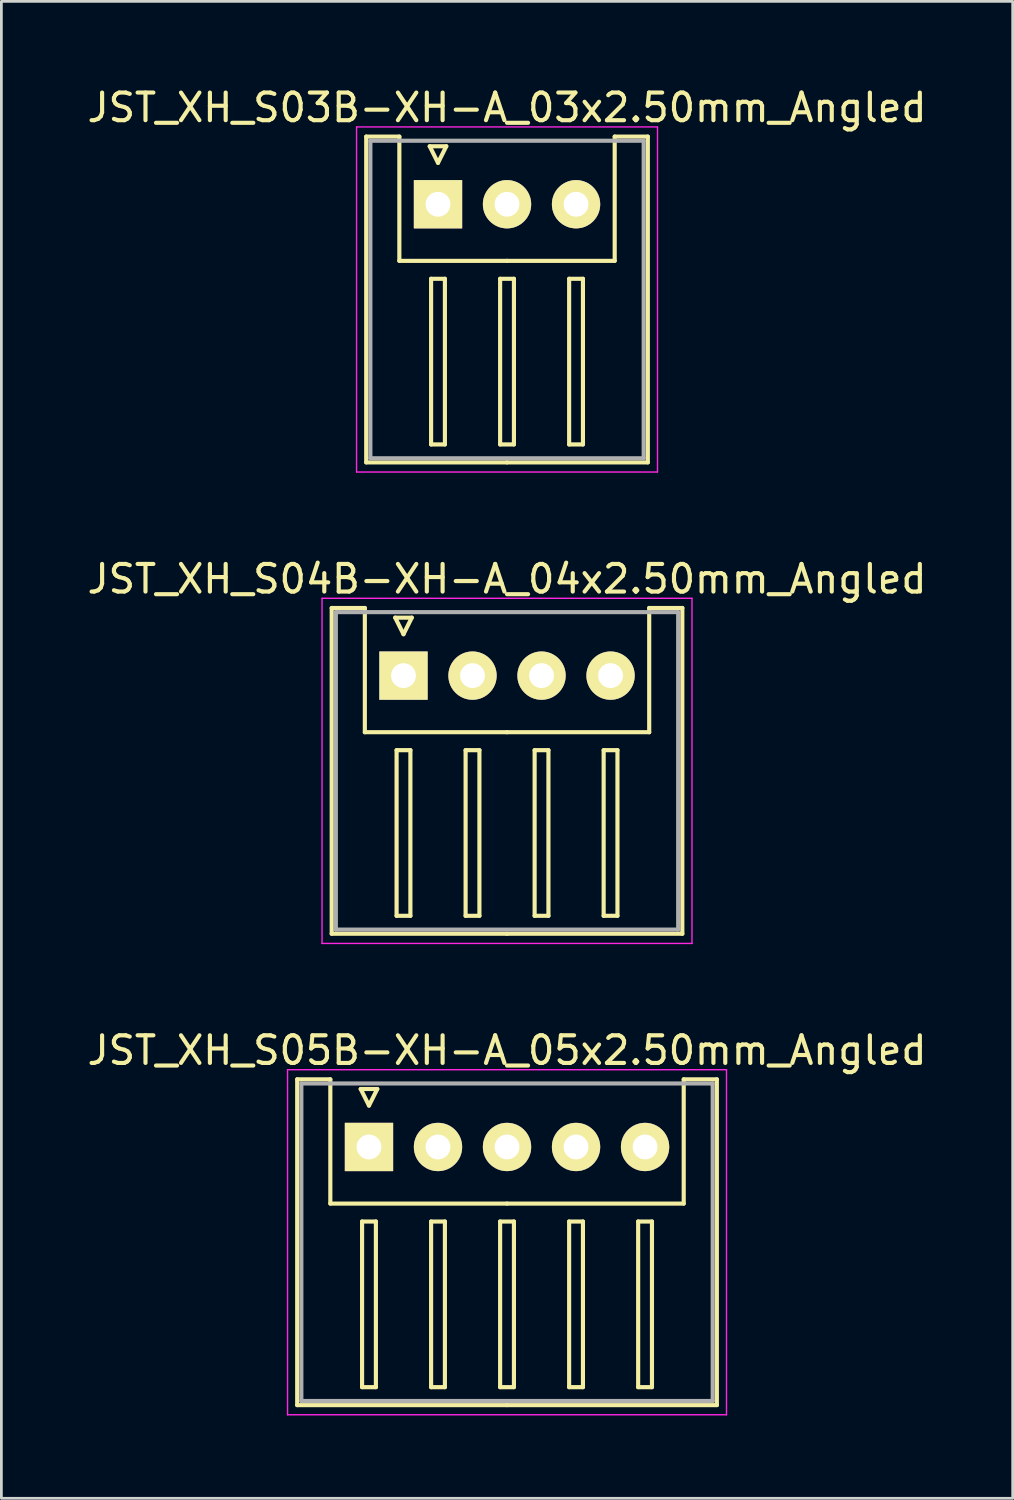
<source format=kicad_pcb>
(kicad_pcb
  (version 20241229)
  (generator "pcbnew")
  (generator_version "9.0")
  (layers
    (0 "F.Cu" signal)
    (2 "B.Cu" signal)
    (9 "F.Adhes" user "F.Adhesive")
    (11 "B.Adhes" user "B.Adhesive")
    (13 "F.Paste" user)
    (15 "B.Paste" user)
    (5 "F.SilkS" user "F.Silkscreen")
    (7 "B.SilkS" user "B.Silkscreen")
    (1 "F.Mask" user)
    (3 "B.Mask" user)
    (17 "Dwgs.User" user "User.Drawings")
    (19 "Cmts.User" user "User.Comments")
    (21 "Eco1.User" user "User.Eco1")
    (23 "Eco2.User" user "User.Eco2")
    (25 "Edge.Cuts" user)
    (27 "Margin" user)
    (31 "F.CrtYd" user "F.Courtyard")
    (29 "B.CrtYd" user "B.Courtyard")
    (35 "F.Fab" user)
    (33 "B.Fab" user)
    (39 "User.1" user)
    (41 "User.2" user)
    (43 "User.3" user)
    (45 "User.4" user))
  (footprint "JST_XH_S05B-XH-A_05x2.50mm_Angled"
    (layer "F.Cu")
    (at 10.315 38.495)
    (property "Reference" "JST_XH_S05B-XH-A_05x2.50mm_Angled" (at 5 -3.5 0) (layer "F.SilkS") (effects (font (size 1 1) (thickness 0.15))))
    (attr through_hole)
    (fp_line (start -2.6 -2.45) (end -1.4 -2.45) (stroke (width 0.15) (type solid)) (layer "F.SilkS"))
    (fp_line (start -2.6 9.35) (end -2.6 -2.45) (stroke (width 0.15) (type solid)) (layer "F.SilkS"))
    (fp_line (start -1.4 -2.45) (end -1.4 2.05) (stroke (width 0.15) (type solid)) (layer "F.SilkS"))
    (fp_line (start -1.4 2.05) (end 5 2.05) (stroke (width 0.15) (type solid)) (layer "F.SilkS"))
    (fp_line (start -0.3 -2.1) (end 0.3 -2.1) (stroke (width 0.15) (type solid)) (layer "F.SilkS"))
    (fp_line (start -0.25 2.7) (end -0.25 8.7) (stroke (width 0.15) (type solid)) (layer "F.SilkS"))
    (fp_line (start -0.25 8.7) (end 0.25 8.7) (stroke (width 0.15) (type solid)) (layer "F.SilkS"))
    (fp_line (start 0 -1.5) (end -0.3 -2.1) (stroke (width 0.15) (type solid)) (layer "F.SilkS"))
    (fp_line (start 0.25 2.7) (end -0.25 2.7) (stroke (width 0.15) (type solid)) (layer "F.SilkS"))
    (fp_line (start 0.25 8.7) (end 0.25 2.7) (stroke (width 0.15) (type solid)) (layer "F.SilkS"))
    (fp_line (start 0.3 -2.1) (end 0 -1.5) (stroke (width 0.15) (type solid)) (layer "F.SilkS"))
    (fp_line (start 2.25 2.7) (end 2.25 8.7) (stroke (width 0.15) (type solid)) (layer "F.SilkS"))
    (fp_line (start 2.25 8.7) (end 2.75 8.7) (stroke (width 0.15) (type solid)) (layer "F.SilkS"))
    (fp_line (start 2.75 2.7) (end 2.25 2.7) (stroke (width 0.15) (type solid)) (layer "F.SilkS"))
    (fp_line (start 2.75 8.7) (end 2.75 2.7) (stroke (width 0.15) (type solid)) (layer "F.SilkS"))
    (fp_line (start 4.75 2.7) (end 4.75 8.7) (stroke (width 0.15) (type solid)) (layer "F.SilkS"))
    (fp_line (start 4.75 8.7) (end 5.25 8.7) (stroke (width 0.15) (type solid)) (layer "F.SilkS"))
    (fp_line (start 5 9.35) (end -2.6 9.35) (stroke (width 0.15) (type solid)) (layer "F.SilkS"))
    (fp_line (start 5 9.35) (end 12.6 9.35) (stroke (width 0.15) (type solid)) (layer "F.SilkS"))
    (fp_line (start 5.25 2.7) (end 4.75 2.7) (stroke (width 0.15) (type solid)) (layer "F.SilkS"))
    (fp_line (start 5.25 8.7) (end 5.25 2.7) (stroke (width 0.15) (type solid)) (layer "F.SilkS"))
    (fp_line (start 7.25 2.7) (end 7.25 8.7) (stroke (width 0.15) (type solid)) (layer "F.SilkS"))
    (fp_line (start 7.25 8.7) (end 7.75 8.7) (stroke (width 0.15) (type solid)) (layer "F.SilkS"))
    (fp_line (start 7.75 2.7) (end 7.25 2.7) (stroke (width 0.15) (type solid)) (layer "F.SilkS"))
    (fp_line (start 7.75 8.7) (end 7.75 2.7) (stroke (width 0.15) (type solid)) (layer "F.SilkS"))
    (fp_line (start 9.75 2.7) (end 9.75 8.7) (stroke (width 0.15) (type solid)) (layer "F.SilkS"))
    (fp_line (start 9.75 8.7) (end 10.25 8.7) (stroke (width 0.15) (type solid)) (layer "F.SilkS"))
    (fp_line (start 10.25 2.7) (end 9.75 2.7) (stroke (width 0.15) (type solid)) (layer "F.SilkS"))
    (fp_line (start 10.25 8.7) (end 10.25 2.7) (stroke (width 0.15) (type solid)) (layer "F.SilkS"))
    (fp_line (start 11.4 -2.45) (end 11.4 2.05) (stroke (width 0.15) (type solid)) (layer "F.SilkS"))
    (fp_line (start 11.4 2.05) (end 5 2.05) (stroke (width 0.15) (type solid)) (layer "F.SilkS"))
    (fp_line (start 12.6 -2.45) (end 11.4 -2.45) (stroke (width 0.15) (type solid)) (layer "F.SilkS"))
    (fp_line (start 12.6 9.35) (end 12.6 -2.45) (stroke (width 0.15) (type solid)) (layer "F.SilkS"))
    (fp_line (start -2.95 -2.8) (end -2.95 9.7) (stroke (width 0.05) (type solid)) (layer "F.CrtYd"))
    (fp_line (start -2.95 9.7) (end 12.95 9.7) (stroke (width 0.05) (type solid)) (layer "F.CrtYd"))
    (fp_line (start 12.95 -2.8) (end -2.95 -2.8) (stroke (width 0.05) (type solid)) (layer "F.CrtYd"))
    (fp_line (start 12.95 9.7) (end 12.95 -2.8) (stroke (width 0.05) (type solid)) (layer "F.CrtYd"))
    (fp_line (start -2.45 -2.3) (end -2.45 9.2) (stroke (width 0.15) (type solid)) (layer "F.Fab"))
    (fp_line (start -2.45 9.2) (end 12.45 9.2) (stroke (width 0.15) (type solid)) (layer "F.Fab"))
    (fp_line (start 12.45 -2.3) (end -2.45 -2.3) (stroke (width 0.15) (type solid)) (layer "F.Fab"))
    (fp_line (start 12.45 9.2) (end 12.45 -2.3) (stroke (width 0.15) (type solid)) (layer "F.Fab"))
    (pad "1" thru_hole rect (at 0 0) (size 1.75 1.75) (drill 0.9) (layers "*.Cu" "*.Mask" "F.SilkS"))
    (pad "2" thru_hole circle (at 2.5 0) (size 1.75 1.75) (drill 0.9) (layers "*.Cu" "*.Mask" "F.SilkS"))
    (pad "3" thru_hole circle (at 5 0) (size 1.75 1.75) (drill 0.9) (layers "*.Cu" "*.Mask" "F.SilkS"))
    (pad "4" thru_hole circle (at 7.5 0) (size 1.75 1.75) (drill 0.9) (layers "*.Cu" "*.Mask" "F.SilkS"))
    (pad "5" thru_hole circle (at 10 0) (size 1.75 1.75) (drill 0.9) (layers "*.Cu" "*.Mask" "F.SilkS")))
  (footprint "JST_XH_S04B-XH-A_04x2.50mm_Angled"
    (layer "F.Cu")
    (at 11.565 21.422)
    (property "Reference" "JST_XH_S04B-XH-A_04x2.50mm_Angled" (at 3.75 -3.5 0) (layer "F.SilkS") (effects (font (size 1 1) (thickness 0.15))))
    (attr through_hole)
    (fp_line (start -2.6 -2.45) (end -1.4 -2.45) (stroke (width 0.15) (type solid)) (layer "F.SilkS"))
    (fp_line (start -2.6 9.35) (end -2.6 -2.45) (stroke (width 0.15) (type solid)) (layer "F.SilkS"))
    (fp_line (start -1.4 -2.45) (end -1.4 2.05) (stroke (width 0.15) (type solid)) (layer "F.SilkS"))
    (fp_line (start -1.4 2.05) (end 3.75 2.05) (stroke (width 0.15) (type solid)) (layer "F.SilkS"))
    (fp_line (start -0.3 -2.1) (end 0.3 -2.1) (stroke (width 0.15) (type solid)) (layer "F.SilkS"))
    (fp_line (start -0.25 2.7) (end -0.25 8.7) (stroke (width 0.15) (type solid)) (layer "F.SilkS"))
    (fp_line (start -0.25 8.7) (end 0.25 8.7) (stroke (width 0.15) (type solid)) (layer "F.SilkS"))
    (fp_line (start 0 -1.5) (end -0.3 -2.1) (stroke (width 0.15) (type solid)) (layer "F.SilkS"))
    (fp_line (start 0.25 2.7) (end -0.25 2.7) (stroke (width 0.15) (type solid)) (layer "F.SilkS"))
    (fp_line (start 0.25 8.7) (end 0.25 2.7) (stroke (width 0.15) (type solid)) (layer "F.SilkS"))
    (fp_line (start 0.3 -2.1) (end 0 -1.5) (stroke (width 0.15) (type solid)) (layer "F.SilkS"))
    (fp_line (start 2.25 2.7) (end 2.25 8.7) (stroke (width 0.15) (type solid)) (layer "F.SilkS"))
    (fp_line (start 2.25 8.7) (end 2.75 8.7) (stroke (width 0.15) (type solid)) (layer "F.SilkS"))
    (fp_line (start 2.75 2.7) (end 2.25 2.7) (stroke (width 0.15) (type solid)) (layer "F.SilkS"))
    (fp_line (start 2.75 8.7) (end 2.75 2.7) (stroke (width 0.15) (type solid)) (layer "F.SilkS"))
    (fp_line (start 3.75 9.35) (end -2.6 9.35) (stroke (width 0.15) (type solid)) (layer "F.SilkS"))
    (fp_line (start 3.75 9.35) (end 10.1 9.35) (stroke (width 0.15) (type solid)) (layer "F.SilkS"))
    (fp_line (start 4.75 2.7) (end 4.75 8.7) (stroke (width 0.15) (type solid)) (layer "F.SilkS"))
    (fp_line (start 4.75 8.7) (end 5.25 8.7) (stroke (width 0.15) (type solid)) (layer "F.SilkS"))
    (fp_line (start 5.25 2.7) (end 4.75 2.7) (stroke (width 0.15) (type solid)) (layer "F.SilkS"))
    (fp_line (start 5.25 8.7) (end 5.25 2.7) (stroke (width 0.15) (type solid)) (layer "F.SilkS"))
    (fp_line (start 7.25 2.7) (end 7.25 8.7) (stroke (width 0.15) (type solid)) (layer "F.SilkS"))
    (fp_line (start 7.25 8.7) (end 7.75 8.7) (stroke (width 0.15) (type solid)) (layer "F.SilkS"))
    (fp_line (start 7.75 2.7) (end 7.25 2.7) (stroke (width 0.15) (type solid)) (layer "F.SilkS"))
    (fp_line (start 7.75 8.7) (end 7.75 2.7) (stroke (width 0.15) (type solid)) (layer "F.SilkS"))
    (fp_line (start 8.9 -2.45) (end 8.9 2.05) (stroke (width 0.15) (type solid)) (layer "F.SilkS"))
    (fp_line (start 8.9 2.05) (end 3.75 2.05) (stroke (width 0.15) (type solid)) (layer "F.SilkS"))
    (fp_line (start 10.1 -2.45) (end 8.9 -2.45) (stroke (width 0.15) (type solid)) (layer "F.SilkS"))
    (fp_line (start 10.1 9.35) (end 10.1 -2.45) (stroke (width 0.15) (type solid)) (layer "F.SilkS"))
    (fp_line (start -2.95 -2.8) (end -2.95 9.7) (stroke (width 0.05) (type solid)) (layer "F.CrtYd"))
    (fp_line (start -2.95 9.7) (end 10.45 9.7) (stroke (width 0.05) (type solid)) (layer "F.CrtYd"))
    (fp_line (start 10.45 -2.8) (end -2.95 -2.8) (stroke (width 0.05) (type solid)) (layer "F.CrtYd"))
    (fp_line (start 10.45 9.7) (end 10.45 -2.8) (stroke (width 0.05) (type solid)) (layer "F.CrtYd"))
    (fp_line (start -2.45 -2.3) (end -2.45 9.2) (stroke (width 0.15) (type solid)) (layer "F.Fab"))
    (fp_line (start -2.45 9.2) (end 9.95 9.2) (stroke (width 0.15) (type solid)) (layer "F.Fab"))
    (fp_line (start 9.95 -2.3) (end -2.45 -2.3) (stroke (width 0.15) (type solid)) (layer "F.Fab"))
    (fp_line (start 9.95 9.2) (end 9.95 -2.3) (stroke (width 0.15) (type solid)) (layer "F.Fab"))
    (pad "1" thru_hole rect (at 0 0) (size 1.75 1.75) (drill 0.9) (layers "*.Cu" "*.Mask" "F.SilkS"))
    (pad "2" thru_hole circle (at 2.5 0) (size 1.75 1.75) (drill 0.9) (layers "*.Cu" "*.Mask" "F.SilkS"))
    (pad "3" thru_hole circle (at 5 0) (size 1.75 1.75) (drill 0.9) (layers "*.Cu" "*.Mask" "F.SilkS"))
    (pad "4" thru_hole circle (at 7.5 0) (size 1.75 1.75) (drill 0.9) (layers "*.Cu" "*.Mask" "F.SilkS")))
  (footprint "JST_XH_S03B-XH-A_03x2.50mm_Angled"
    (layer "F.Cu")
    (at 12.815 4.348)
    (property "Reference" "JST_XH_S03B-XH-A_03x2.50mm_Angled" (at 2.5 -3.5 0) (layer "F.SilkS") (effects (font (size 1 1) (thickness 0.15))))
    (attr through_hole)
    (fp_line (start -2.6 -2.45) (end -1.4 -2.45) (stroke (width 0.15) (type solid)) (layer "F.SilkS"))
    (fp_line (start -2.6 9.35) (end -2.6 -2.45) (stroke (width 0.15) (type solid)) (layer "F.SilkS"))
    (fp_line (start -1.4 -2.45) (end -1.4 2.05) (stroke (width 0.15) (type solid)) (layer "F.SilkS"))
    (fp_line (start -1.4 2.05) (end 2.5 2.05) (stroke (width 0.15) (type solid)) (layer "F.SilkS"))
    (fp_line (start -0.3 -2.1) (end 0.3 -2.1) (stroke (width 0.15) (type solid)) (layer "F.SilkS"))
    (fp_line (start -0.25 2.7) (end -0.25 8.7) (stroke (width 0.15) (type solid)) (layer "F.SilkS"))
    (fp_line (start -0.25 8.7) (end 0.25 8.7) (stroke (width 0.15) (type solid)) (layer "F.SilkS"))
    (fp_line (start 0 -1.5) (end -0.3 -2.1) (stroke (width 0.15) (type solid)) (layer "F.SilkS"))
    (fp_line (start 0.25 2.7) (end -0.25 2.7) (stroke (width 0.15) (type solid)) (layer "F.SilkS"))
    (fp_line (start 0.25 8.7) (end 0.25 2.7) (stroke (width 0.15) (type solid)) (layer "F.SilkS"))
    (fp_line (start 0.3 -2.1) (end 0 -1.5) (stroke (width 0.15) (type solid)) (layer "F.SilkS"))
    (fp_line (start 2.25 2.7) (end 2.25 8.7) (stroke (width 0.15) (type solid)) (layer "F.SilkS"))
    (fp_line (start 2.25 8.7) (end 2.75 8.7) (stroke (width 0.15) (type solid)) (layer "F.SilkS"))
    (fp_line (start 2.5 9.35) (end -2.6 9.35) (stroke (width 0.15) (type solid)) (layer "F.SilkS"))
    (fp_line (start 2.5 9.35) (end 7.6 9.35) (stroke (width 0.15) (type solid)) (layer "F.SilkS"))
    (fp_line (start 2.75 2.7) (end 2.25 2.7) (stroke (width 0.15) (type solid)) (layer "F.SilkS"))
    (fp_line (start 2.75 8.7) (end 2.75 2.7) (stroke (width 0.15) (type solid)) (layer "F.SilkS"))
    (fp_line (start 4.75 2.7) (end 4.75 8.7) (stroke (width 0.15) (type solid)) (layer "F.SilkS"))
    (fp_line (start 4.75 8.7) (end 5.25 8.7) (stroke (width 0.15) (type solid)) (layer "F.SilkS"))
    (fp_line (start 5.25 2.7) (end 4.75 2.7) (stroke (width 0.15) (type solid)) (layer "F.SilkS"))
    (fp_line (start 5.25 8.7) (end 5.25 2.7) (stroke (width 0.15) (type solid)) (layer "F.SilkS"))
    (fp_line (start 6.4 -2.45) (end 6.4 2.05) (stroke (width 0.15) (type solid)) (layer "F.SilkS"))
    (fp_line (start 6.4 2.05) (end 2.5 2.05) (stroke (width 0.15) (type solid)) (layer "F.SilkS"))
    (fp_line (start 7.6 -2.45) (end 6.4 -2.45) (stroke (width 0.15) (type solid)) (layer "F.SilkS"))
    (fp_line (start 7.6 9.35) (end 7.6 -2.45) (stroke (width 0.15) (type solid)) (layer "F.SilkS"))
    (fp_line (start -2.95 -2.8) (end -2.95 9.7) (stroke (width 0.05) (type solid)) (layer "F.CrtYd"))
    (fp_line (start -2.95 9.7) (end 7.95 9.7) (stroke (width 0.05) (type solid)) (layer "F.CrtYd"))
    (fp_line (start 7.95 -2.8) (end -2.95 -2.8) (stroke (width 0.05) (type solid)) (layer "F.CrtYd"))
    (fp_line (start 7.95 9.7) (end 7.95 -2.8) (stroke (width 0.05) (type solid)) (layer "F.CrtYd"))
    (fp_line (start -2.45 -2.3) (end -2.45 9.2) (stroke (width 0.15) (type solid)) (layer "F.Fab"))
    (fp_line (start -2.45 9.2) (end 7.45 9.2) (stroke (width 0.15) (type solid)) (layer "F.Fab"))
    (fp_line (start 7.45 -2.3) (end -2.45 -2.3) (stroke (width 0.15) (type solid)) (layer "F.Fab"))
    (fp_line (start 7.45 9.2) (end 7.45 -2.3) (stroke (width 0.15) (type solid)) (layer "F.Fab"))
    (pad "1" thru_hole rect (at 0 0) (size 1.75 1.75) (drill 0.9) (layers "*.Cu" "*.Mask" "F.SilkS"))
    (pad "2" thru_hole circle (at 2.5 0) (size 1.75 1.75) (drill 0.9) (layers "*.Cu" "*.Mask" "F.SilkS"))
    (pad "3" thru_hole circle (at 5 0) (size 1.75 1.75) (drill 0.9) (layers "*.Cu" "*.Mask" "F.SilkS")))
  (gr_rect
    (start -3 -3)
    (end 33.631 51.22)
    (stroke (width 0.1) (type default))
    (fill no)
    (layer "Edge.Cuts")))
</source>
